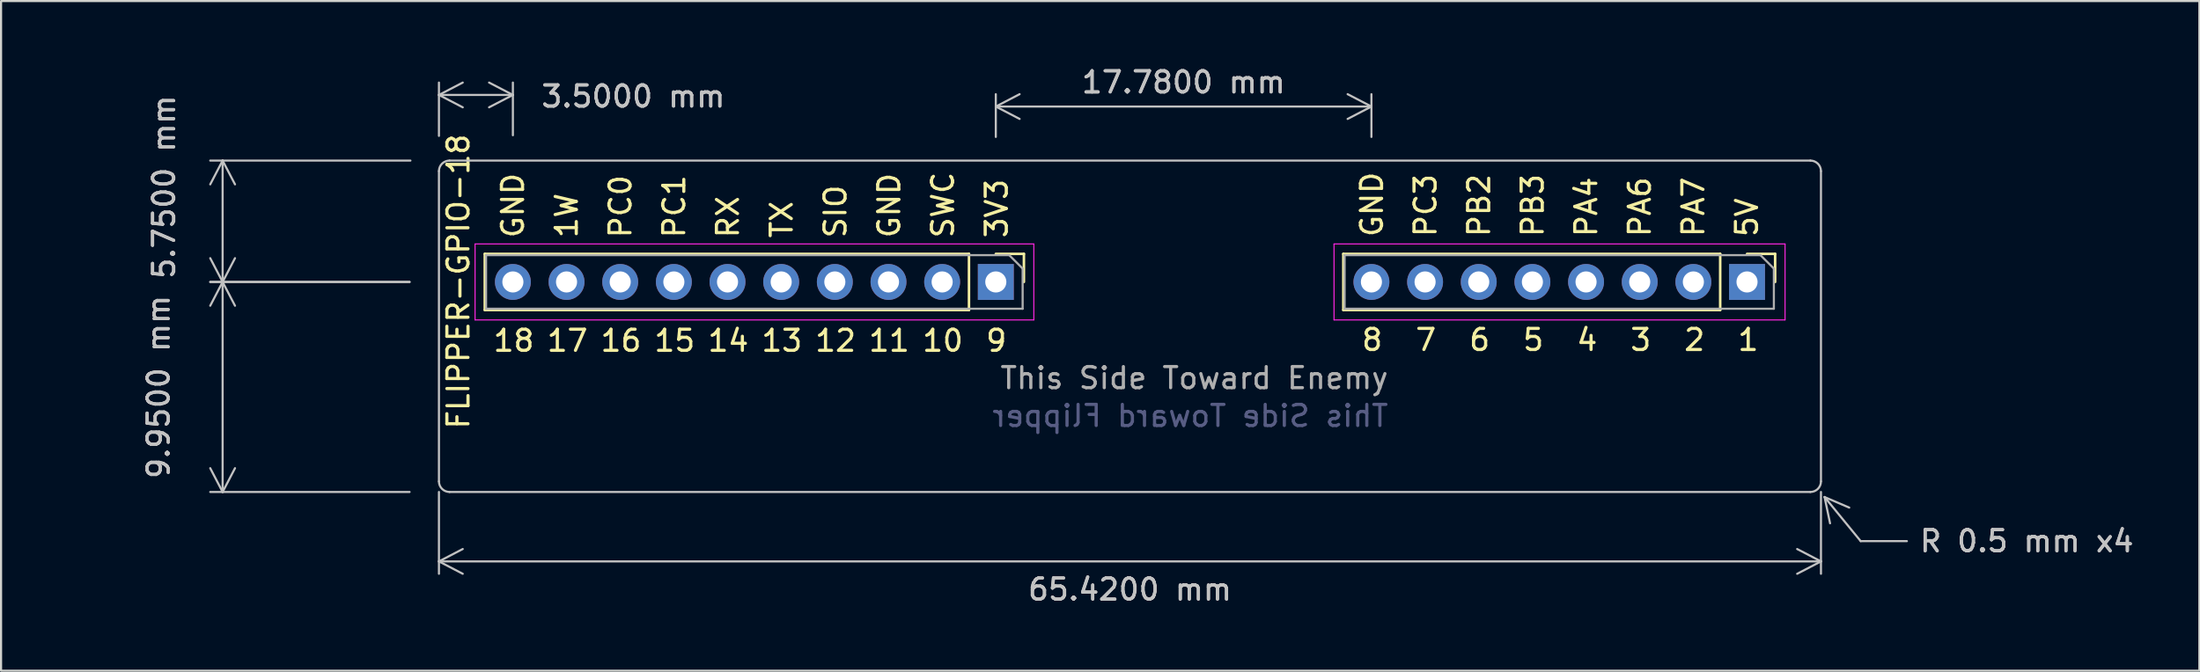
<source format=kicad_pcb>
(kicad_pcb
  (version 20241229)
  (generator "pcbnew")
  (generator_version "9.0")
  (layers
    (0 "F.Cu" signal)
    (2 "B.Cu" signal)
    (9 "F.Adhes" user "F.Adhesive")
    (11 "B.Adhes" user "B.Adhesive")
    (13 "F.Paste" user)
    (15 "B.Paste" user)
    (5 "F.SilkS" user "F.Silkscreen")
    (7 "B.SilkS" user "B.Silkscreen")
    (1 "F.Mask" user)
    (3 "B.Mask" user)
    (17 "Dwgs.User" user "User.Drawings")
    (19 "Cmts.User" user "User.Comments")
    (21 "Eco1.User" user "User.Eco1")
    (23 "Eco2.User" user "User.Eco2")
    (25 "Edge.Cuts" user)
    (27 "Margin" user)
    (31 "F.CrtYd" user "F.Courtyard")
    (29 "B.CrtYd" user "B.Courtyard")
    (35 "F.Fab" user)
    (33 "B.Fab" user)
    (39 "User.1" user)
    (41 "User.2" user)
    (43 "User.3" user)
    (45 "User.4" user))
  (footprint "FLIPPER-GPIO-18"
    (layer "F.Cu")
    (at 21.228 10.308)
    (property "Reference" "FLIPPER-GPIO-18" (at -2.58 -0.02 270) (layer "F.SilkS") (effects (font (size 1 1) (thickness 0.15))))
    (attr through_hole)
    (fp_line (start -1.33 -1.33) (end -1.33 1.33) (stroke (width 0.12) (type solid)) (layer "F.SilkS"))
    (fp_line (start 21.59 -1.33) (end -1.33 -1.33) (stroke (width 0.12) (type solid)) (layer "F.SilkS"))
    (fp_line (start 21.59 -1.33) (end 21.59 1.33) (stroke (width 0.12) (type solid)) (layer "F.SilkS"))
    (fp_line (start 21.59 1.33) (end -1.33 1.33) (stroke (width 0.12) (type solid)) (layer "F.SilkS"))
    (fp_line (start 22.86 -1.33) (end 24.19 -1.33) (stroke (width 0.12) (type solid)) (layer "F.SilkS"))
    (fp_line (start 24.19 -1.33) (end 24.19 0) (stroke (width 0.12) (type solid)) (layer "F.SilkS"))
    (fp_line (start 39.31 -1.33) (end 39.31 1.33) (stroke (width 0.12) (type solid)) (layer "F.SilkS"))
    (fp_line (start 57.15 -1.33) (end 39.31 -1.33) (stroke (width 0.12) (type solid)) (layer "F.SilkS"))
    (fp_line (start 57.15 -1.33) (end 57.15 1.33) (stroke (width 0.12) (type solid)) (layer "F.SilkS"))
    (fp_line (start 57.15 1.33) (end 39.31 1.33) (stroke (width 0.12) (type solid)) (layer "F.SilkS"))
    (fp_line (start 58.42 -1.33) (end 59.75 -1.33) (stroke (width 0.12) (type solid)) (layer "F.SilkS"))
    (fp_line (start 59.75 -1.33) (end 59.75 0) (stroke (width 0.12) (type solid)) (layer "F.SilkS"))
    (fp_line (start -3.5 9.45) (end -3.5 -5.25) (stroke (width 0.1) (type default)) (layer "Dwgs.User"))
    (fp_line (start -3 -5.75) (end 61.42 -5.75) (stroke (width 0.1) (type default)) (layer "Dwgs.User"))
    (fp_line (start -3 9.95) (end 61.42 9.95) (stroke (width 0.1) (type default)) (layer "Dwgs.User"))
    (fp_line (start 61.92 9.45) (end 61.92 -5.25) (stroke (width 0.1) (type default)) (layer "Dwgs.User"))
    (fp_arc (start -3.5 -5.25) (mid -3.353553 -5.603553) (end -3 -5.75) (stroke (width 0.1) (type default)) (layer "Dwgs.User"))
    (fp_arc (start -3 9.95) (mid -3.353553 9.803553) (end -3.5 9.45) (stroke (width 0.1) (type default)) (layer "Dwgs.User"))
    (fp_arc (start 61.42 -5.75) (mid 61.773534 -5.603543) (end 61.92 -5.25) (stroke (width 0.1) (type default)) (layer "Dwgs.User"))
    (fp_arc (start 61.92 9.45) (mid 61.773555 9.803564) (end 61.42 9.95) (stroke (width 0.1) (type default)) (layer "Dwgs.User"))
    (fp_line (start -1.79 -1.8) (end -1.79 1.8) (stroke (width 0.05) (type solid)) (layer "F.CrtYd"))
    (fp_line (start -1.79 1.8) (end 24.66 1.8) (stroke (width 0.05) (type solid)) (layer "F.CrtYd"))
    (fp_line (start 24.66 -1.8) (end -1.79 -1.8) (stroke (width 0.05) (type solid)) (layer "F.CrtYd"))
    (fp_line (start 24.66 1.8) (end 24.66 -1.8) (stroke (width 0.05) (type solid)) (layer "F.CrtYd"))
    (fp_line (start 38.87 -1.8) (end 38.87 1.8) (stroke (width 0.05) (type solid)) (layer "F.CrtYd"))
    (fp_line (start 38.87 1.8) (end 60.22 1.8) (stroke (width 0.05) (type solid)) (layer "F.CrtYd"))
    (fp_line (start 60.22 -1.8) (end 38.87 -1.8) (stroke (width 0.05) (type solid)) (layer "F.CrtYd"))
    (fp_line (start 60.22 1.8) (end 60.22 -1.8) (stroke (width 0.05) (type solid)) (layer "F.CrtYd"))
    (fp_line (start -1.27 -1.27) (end 23.495 -1.27) (stroke (width 0.1) (type solid)) (layer "F.Fab"))
    (fp_line (start -1.27 1.27) (end -1.27 -1.27) (stroke (width 0.1) (type solid)) (layer "F.Fab"))
    (fp_line (start 23.495 -1.27) (end 24.13 -0.635) (stroke (width 0.1) (type solid)) (layer "F.Fab"))
    (fp_line (start 24.13 -0.635) (end 24.13 1.27) (stroke (width 0.1) (type solid)) (layer "F.Fab"))
    (fp_line (start 24.13 1.27) (end -1.27 1.27) (stroke (width 0.1) (type solid)) (layer "F.Fab"))
    (fp_line (start 39.37 -1.27) (end 59.055 -1.27) (stroke (width 0.1) (type solid)) (layer "F.Fab"))
    (fp_line (start 39.37 1.27) (end 39.37 -1.27) (stroke (width 0.1) (type solid)) (layer "F.Fab"))
    (fp_line (start 59.055 -1.27) (end 59.69 -0.635) (stroke (width 0.1) (type solid)) (layer "F.Fab"))
    (fp_line (start 59.69 -0.635) (end 59.69 1.27) (stroke (width 0.1) (type solid)) (layer "F.Fab"))
    (fp_line (start 59.69 1.27) (end 39.37 1.27) (stroke (width 0.1) (type solid)) (layer "F.Fab"))
    (fp_text user "18" (at -1.01 3.37 0) (unlocked yes) (layer "F.SilkS") (effects (font (size 1 1) (thickness 0.15)) (justify left bottom)))
    (fp_text user "4" (at 50.271 3.33 0) (unlocked yes) (layer "F.SilkS") (effects (font (size 1 1) (thickness 0.15)) (justify left bottom)))
    (fp_text user "PC0" (at 5.676 -2 90) (unlocked yes) (layer "F.SilkS") (effects (font (size 1 1) (thickness 0.15)) (justify left bottom)))
    (fp_text user "16" (at 4.067 3.37 0) (unlocked yes) (layer "F.SilkS") (effects (font (size 1 1) (thickness 0.15)) (justify left bottom)))
    (fp_text user "SWC" (at 20.942 -2 90) (unlocked yes) (layer "F.SilkS") (effects (font (size 1 1) (thickness 0.15)) (justify left bottom)))
    (fp_text user "9" (at 22.31 3.37 0) (unlocked yes) (layer "F.SilkS") (effects (font (size 1 1) (thickness 0.15)) (justify left bottom)))
    (fp_text user "6" (at 45.186 3.33 0) (unlocked yes) (layer "F.SilkS") (effects (font (size 1 1) (thickness 0.15)) (justify left bottom)))
    (fp_text user "3" (at 52.814 3.33 0) (unlocked yes) (layer "F.SilkS") (effects (font (size 1 1) (thickness 0.15)) (justify left bottom)))
    (fp_text user "2" (at 55.357 3.33 0) (unlocked yes) (layer "F.SilkS") (effects (font (size 1 1) (thickness 0.15)) (justify left bottom)))
    (fp_text user "14" (at 9.145 3.37 0) (unlocked yes) (layer "F.SilkS") (effects (font (size 1 1) (thickness 0.15)) (justify left bottom)))
    (fp_text user "1" (at 57.9 3.33 0) (unlocked yes) (layer "F.SilkS") (effects (font (size 1 1) (thickness 0.15)) (justify left bottom)))
    (fp_text user "PB3" (at 48.857 -2.05 90) (unlocked yes) (layer "F.SilkS") (effects (font (size 1 1) (thickness 0.15)) (justify left bottom)))
    (fp_text user "8" (at 40.1 3.33 0) (unlocked yes) (layer "F.SilkS") (effects (font (size 1 1) (thickness 0.15)) (justify left bottom)))
    (fp_text user "3V3" (at 23.487 -2 90) (unlocked yes) (layer "F.SilkS") (effects (font (size 1 1) (thickness 0.15)) (justify left bottom)))
    (fp_text user "10" (at 19.3 3.37 0) (unlocked yes) (layer "F.SilkS") (effects (font (size 1 1) (thickness 0.15)) (justify left bottom)))
    (fp_text user "13" (at 11.684 3.37 0) (unlocked yes) (layer "F.SilkS") (effects (font (size 1 1) (thickness 0.15)) (justify left bottom)))
    (fp_text user "5V" (at 59 -2.05 90) (unlocked yes) (layer "F.SilkS") (effects (font (size 1 1) (thickness 0.15)) (justify left bottom)))
    (fp_text user "GND" (at 41.25 -2.05 90) (unlocked yes) (layer "F.SilkS") (effects (font (size 1 1) (thickness 0.15)) (justify left bottom)))
    (fp_text user "PB2" (at 46.321 -2.05 90) (unlocked yes) (layer "F.SilkS") (effects (font (size 1 1) (thickness 0.15)) (justify left bottom)))
    (fp_text user "PC1" (at 8.22 -2 90) (unlocked yes) (layer "F.SilkS") (effects (font (size 1 1) (thickness 0.15)) (justify left bottom)))
    (fp_text user "11" (at 16.761 3.37 0) (unlocked yes) (layer "F.SilkS") (effects (font (size 1 1) (thickness 0.15)) (justify left bottom)))
    (fp_text user "GND" (at 18.398 -2 90) (unlocked yes) (layer "F.SilkS") (effects (font (size 1 1) (thickness 0.15)) (justify left bottom)))
    (fp_text user "SIO" (at 15.853 -2 90) (unlocked yes) (layer "F.SilkS") (effects (font (size 1 1) (thickness 0.15)) (justify left bottom)))
    (fp_text user "12" (at 14.223 3.37 0) (unlocked yes) (layer "F.SilkS") (effects (font (size 1 1) (thickness 0.15)) (justify left bottom)))
    (fp_text user "5" (at 47.729 3.33 0) (unlocked yes) (layer "F.SilkS") (effects (font (size 1 1) (thickness 0.15)) (justify left bottom)))
    (fp_text user "GND" (at 0.587 -2 90) (unlocked yes) (layer "F.SilkS") (effects (font (size 1 1) (thickness 0.15)) (justify left bottom)))
    (fp_text user "7" (at 42.643 3.33 0) (unlocked yes) (layer "F.SilkS") (effects (font (size 1 1) (thickness 0.15)) (justify left bottom)))
    (fp_text user "15" (at 6.606 3.37 0) (unlocked yes) (layer "F.SilkS") (effects (font (size 1 1) (thickness 0.15)) (justify left bottom)))
    (fp_text user "PA7" (at 56.464 -2.05 90) (unlocked yes) (layer "F.SilkS") (effects (font (size 1 1) (thickness 0.15)) (justify left bottom)))
    (fp_text user "PC3" (at 43.786 -2.05 90) (unlocked yes) (layer "F.SilkS") (effects (font (size 1 1) (thickness 0.15)) (justify left bottom)))
    (fp_text user "PA4" (at 51.393 -2.05 90) (unlocked yes) (layer "F.SilkS") (effects (font (size 1 1) (thickness 0.15)) (justify left bottom)))
    (fp_text user "RX" (at 10.764 -2 90) (unlocked yes) (layer "F.SilkS") (effects (font (size 1 1) (thickness 0.15)) (justify left bottom)))
    (fp_text user "PA6" (at 53.929 -2.05 90) (unlocked yes) (layer "F.SilkS") (effects (font (size 1 1) (thickness 0.15)) (justify left bottom)))
    (fp_text user "17" (at 1.529 3.37 0) (unlocked yes) (layer "F.SilkS") (effects (font (size 1 1) (thickness 0.15)) (justify left bottom)))
    (fp_text user "1W" (at 3.131 -2 90) (unlocked yes) (layer "F.SilkS") (effects (font (size 1 1) (thickness 0.15)) (justify left bottom)))
    (fp_text user "TX" (at 13.309 -2 90) (unlocked yes) (layer "F.SilkS") (effects (font (size 1 1) (thickness 0.15)) (justify left bottom)))
    (fp_text user "This Side Toward Flipper" (at 41.52 6.93 0) (unlocked yes) (layer "B.Fab") (effects (font (size 1 1) (thickness 0.15)) (justify left bottom mirror)))
    (fp_text user "This Side Toward Enemy" (at 22.99 5.14 0) (unlocked yes) (layer "F.Fab") (effects (font (size 1 1) (thickness 0.15)) (justify left bottom)))
    (dimension (type leader) (layer "Dwgs.User") (pts (xy 83.002 20.112) (xy 85.028 22.588)) (format (prefix "") (suffix "") (units 0) (units_format 0) (precision 4) (override_value "R 0.5 mm x4")) (style (thickness 0.1) (arrow_length 1.27) (text_position_mode 0) (text_frame 0) (extension_offset 0.5)) (gr_text "R 0.5 mm x4" (at 92.888 22.588 0) (layer "Dwgs.User") (effects (font (size 1 1) (thickness 0.15)))))
    (dimension (type orthogonal) (layer "Dwgs.User") (pts (xy 17.728 19.758) (xy 83.148 19.758)) (height 3.79) (orientation 0) (format (prefix "") (suffix "") (units 3) (units_format 1) (precision 4)) (style (thickness 0.1) (arrow_length 1.27) (text_position_mode 2) (arrow_direction outward) (extension_height 0.586) (extension_offset 0.5) (keep_text_aligned yes)) (gr_text "65.4200 mm" (at 50.438 24.878 0) (layer "Dwgs.User") (effects (font (size 1 1) (thickness 0.15)))))
    (dimension (type orthogonal) (layer "Dwgs.User") (pts (xy 16.838 10.308) (xy 16.878 4.558)) (height -9.35) (orientation 1) (format (prefix "") (suffix "") (units 3) (units_format 1) (precision 4)) (style (thickness 0.1) (arrow_length 1.27) (text_position_mode 2) (arrow_direction outward) (extension_height 0.586) (extension_offset 0.5) (keep_text_aligned yes)) (gr_text "5.7500 mm" (at 4.716 5.811 90) (layer "Dwgs.User") (effects (font (size 1 1) (thickness 0.15)))))
    (dimension (type orthogonal) (layer "Dwgs.User") (pts (xy 21.228 3.858) (xy 17.728 3.888)) (height -2.41) (orientation 0) (format (prefix "") (suffix "") (units 3) (units_format 1) (precision 4)) (style (thickness 0.1) (arrow_length 1.27) (text_position_mode 2) (arrow_direction outward) (extension_height 0.586) (extension_offset 0.5) (keep_text_aligned yes)) (gr_text "3.5000 mm" (at 26.928 1.518 0) (layer "Dwgs.User") (effects (font (size 1 1) (thickness 0.15)))))
    (dimension (type orthogonal) (layer "Dwgs.User") (pts (xy 44.088 3.938) (xy 61.868 3.938)) (height -1.94) (orientation 0) (format (prefix "") (suffix "") (units 3) (units_format 1) (precision 4)) (style (thickness 0.1) (arrow_length 1.27) (text_position_mode 0) (arrow_direction outward) (extension_height 0.586) (extension_offset 0.5) (keep_text_aligned yes)) (gr_text "17.7800 mm" (at 52.978 0.848 0) (layer "Dwgs.User") (effects (font (size 1 1) (thickness 0.15)))))
    (dimension (type orthogonal) (layer "Dwgs.User") (pts (xy 16.838 10.308) (xy 16.838 20.258)) (height -9.35) (orientation 1) (format (prefix "") (suffix "") (units 3) (units_format 1) (precision 4)) (style (thickness 0.1) (arrow_length 1.27) (text_position_mode 2) (arrow_direction outward) (extension_height 0.586) (extension_offset 0.5) (keep_text_aligned yes)) (gr_text "9.9500 mm" (at 4.458 15.283 90) (layer "Dwgs.User") (effects (font (size 1 1) (thickness 0.15)))))
    (pad "1" thru_hole rect (at 58.42 0 270) (size 1.7 1.7) (drill 1) (layers "*.Cu" "*.Mask"))
    (pad "2" thru_hole oval (at 55.88 0 270) (size 1.7 1.7) (drill 1) (layers "*.Cu" "*.Mask"))
    (pad "3" thru_hole oval (at 53.34 0 270) (size 1.7 1.7) (drill 1) (layers "*.Cu" "*.Mask"))
    (pad "4" thru_hole oval (at 50.8 0 270) (size 1.7 1.7) (drill 1) (layers "*.Cu" "*.Mask"))
    (pad "5" thru_hole oval (at 48.26 0 270) (size 1.7 1.7) (drill 1) (layers "*.Cu" "*.Mask"))
    (pad "6" thru_hole oval (at 45.72 0 270) (size 1.7 1.7) (drill 1) (layers "*.Cu" "*.Mask"))
    (pad "7" thru_hole oval (at 43.18 0 270) (size 1.7 1.7) (drill 1) (layers "*.Cu" "*.Mask"))
    (pad "8" thru_hole oval (at 40.64 0 270) (size 1.7 1.7) (drill 1) (layers "*.Cu" "*.Mask"))
    (pad "9" thru_hole rect (at 22.86 0 270) (size 1.7 1.7) (drill 1) (layers "*.Cu" "*.Mask"))
    (pad "10" thru_hole oval (at 20.32 0 270) (size 1.7 1.7) (drill 1) (layers "*.Cu" "*.Mask"))
    (pad "11" thru_hole oval (at 17.78 0 270) (size 1.7 1.7) (drill 1) (layers "*.Cu" "*.Mask"))
    (pad "12" thru_hole oval (at 15.24 0 270) (size 1.7 1.7) (drill 1) (layers "*.Cu" "*.Mask"))
    (pad "13" thru_hole oval (at 12.7 0 270) (size 1.7 1.7) (drill 1) (layers "*.Cu" "*.Mask"))
    (pad "14" thru_hole oval (at 10.16 0 270) (size 1.7 1.7) (drill 1) (layers "*.Cu" "*.Mask"))
    (pad "15" thru_hole oval (at 7.62 0 270) (size 1.7 1.7) (drill 1) (layers "*.Cu" "*.Mask"))
    (pad "16" thru_hole oval (at 5.08 0 270) (size 1.7 1.7) (drill 1) (layers "*.Cu" "*.Mask"))
    (pad "17" thru_hole oval (at 2.54 0 270) (size 1.7 1.7) (drill 1) (layers "*.Cu" "*.Mask"))
    (pad "18" thru_hole oval (at 0 0 270) (size 1.7 1.7) (drill 1) (layers "*.Cu" "*.Mask")))
  (gr_rect
    (start -3 -3)
    (end 101.061 28.727)
    (stroke (width 0.1) (type default))
    (fill no)
    (layer "Edge.Cuts")))
</source>
